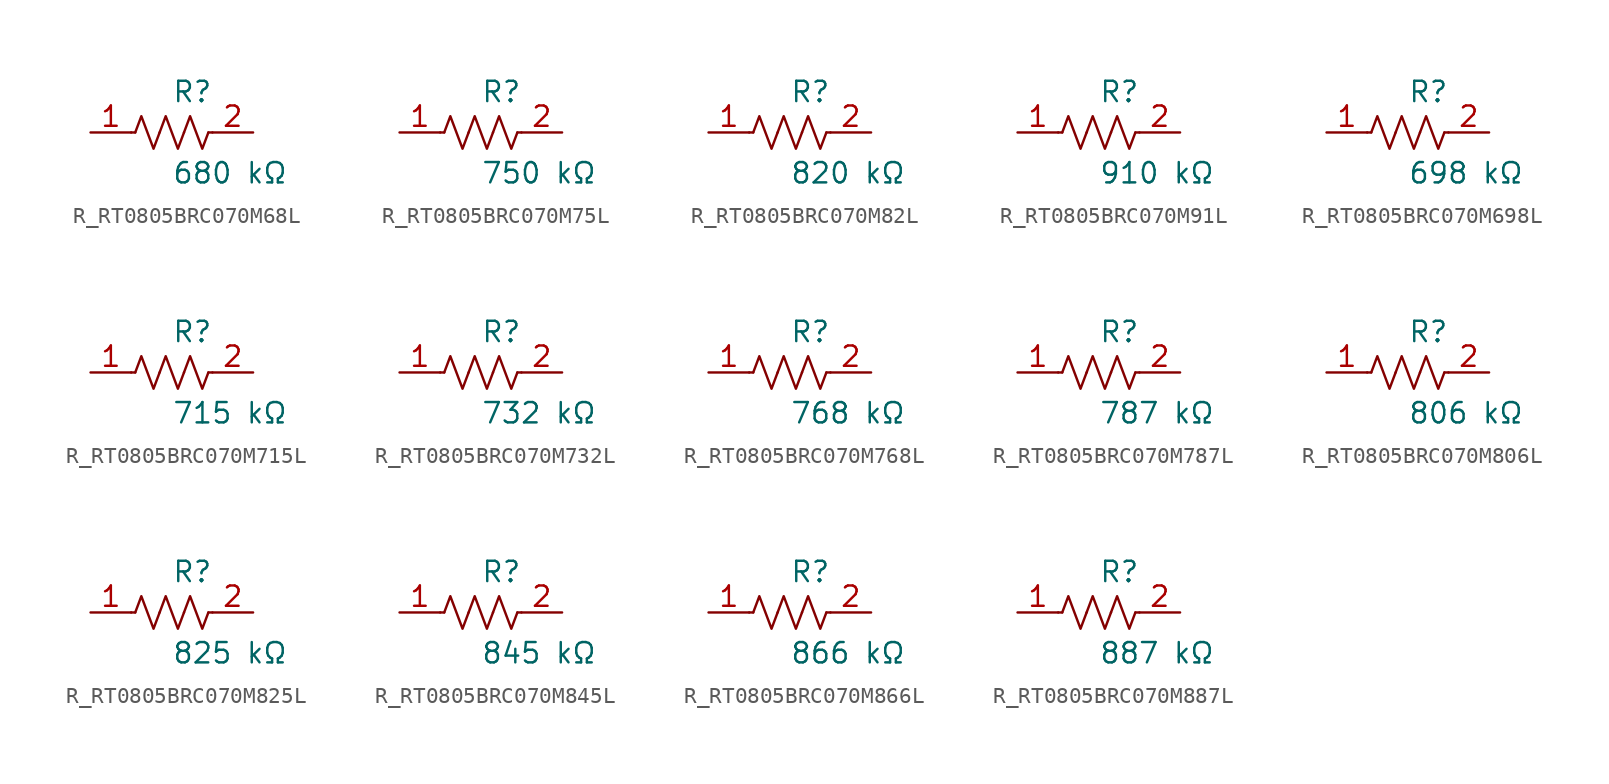
<source format=kicad_sym>
(kicad_symbol_lib
  (version 20231120)
  (generator kicad_symbol_editor)
  (generator_version 8.0)
  (symbol "R_RT0805BRC070M68L"
    (pin_names
      (offset 0.254))
    (property "Reference" "R"
      (at 0.0 2.54 0)
      (effects (font (size 1.27 1.27)) (justify left)))
    (property "Value" "680 kΩ"
      (at 0.0 -2.54 0)
      (effects (font (size 1.27 1.27)) (justify left)))
    (symbol "R_RT0805BRC070M68L_0_1"
      (polyline (pts (xy 2.286 0) (xy 2.54 0)) (stroke (width 0) (type default)) (fill (type none)))
      (polyline (pts (xy -2.286 0) (xy -2.54 0)) (stroke (width 0) (type default)) (fill (type none)))
      (polyline (pts (xy 0.762 0) (xy 1.143 1.016) (xy 1.524 0) (xy 1.905 -1.016) (xy 2.286 0)) (stroke (width 0) (type default)) (fill (type none)))
      (polyline (pts (xy -0.762 0) (xy -0.381 1.016) (xy 0 0) (xy 0.381 -1.016) (xy 0.762 0)) (stroke (width 0) (type default)) (fill (type none)))
      (polyline (pts (xy -2.286 0) (xy -1.905 1.016) (xy -1.524 0) (xy -1.143 -1.016) (xy -0.762 0)) (stroke (width 0) (type default)) (fill (type none))))
    (pin unspecified line
      (at -5.08 0 0)
      (length 2.54)
      (name "" (effects (font (size 1.27 1.27))))
      (number "1" (effects (font (size 1.27 1.27)))))
    (pin unspecified line
      (at 5.08 0 180)
      (length 2.54)
      (name "" (effects (font (size 1.27 1.27))))
      (number "2" (effects (font (size 1.27 1.27))))))
  (symbol "R_RT0805BRC070M75L"
    (pin_names
      (offset 0.254))
    (property "Reference" "R"
      (at 0.0 2.54 0)
      (effects (font (size 1.27 1.27)) (justify left)))
    (property "Value" "750 kΩ"
      (at 0.0 -2.54 0)
      (effects (font (size 1.27 1.27)) (justify left)))
    (symbol "R_RT0805BRC070M75L_0_1"
      (polyline (pts (xy 2.286 0) (xy 2.54 0)) (stroke (width 0) (type default)) (fill (type none)))
      (polyline (pts (xy -2.286 0) (xy -2.54 0)) (stroke (width 0) (type default)) (fill (type none)))
      (polyline (pts (xy 0.762 0) (xy 1.143 1.016) (xy 1.524 0) (xy 1.905 -1.016) (xy 2.286 0)) (stroke (width 0) (type default)) (fill (type none)))
      (polyline (pts (xy -0.762 0) (xy -0.381 1.016) (xy 0 0) (xy 0.381 -1.016) (xy 0.762 0)) (stroke (width 0) (type default)) (fill (type none)))
      (polyline (pts (xy -2.286 0) (xy -1.905 1.016) (xy -1.524 0) (xy -1.143 -1.016) (xy -0.762 0)) (stroke (width 0) (type default)) (fill (type none))))
    (pin unspecified line
      (at -5.08 0 0)
      (length 2.54)
      (name "" (effects (font (size 1.27 1.27))))
      (number "1" (effects (font (size 1.27 1.27)))))
    (pin unspecified line
      (at 5.08 0 180)
      (length 2.54)
      (name "" (effects (font (size 1.27 1.27))))
      (number "2" (effects (font (size 1.27 1.27))))))
  (symbol "R_RT0805BRC070M82L"
    (pin_names
      (offset 0.254))
    (property "Reference" "R"
      (at 0.0 2.54 0)
      (effects (font (size 1.27 1.27)) (justify left)))
    (property "Value" "820 kΩ"
      (at 0.0 -2.54 0)
      (effects (font (size 1.27 1.27)) (justify left)))
    (symbol "R_RT0805BRC070M82L_0_1"
      (polyline (pts (xy 2.286 0) (xy 2.54 0)) (stroke (width 0) (type default)) (fill (type none)))
      (polyline (pts (xy -2.286 0) (xy -2.54 0)) (stroke (width 0) (type default)) (fill (type none)))
      (polyline (pts (xy 0.762 0) (xy 1.143 1.016) (xy 1.524 0) (xy 1.905 -1.016) (xy 2.286 0)) (stroke (width 0) (type default)) (fill (type none)))
      (polyline (pts (xy -0.762 0) (xy -0.381 1.016) (xy 0 0) (xy 0.381 -1.016) (xy 0.762 0)) (stroke (width 0) (type default)) (fill (type none)))
      (polyline (pts (xy -2.286 0) (xy -1.905 1.016) (xy -1.524 0) (xy -1.143 -1.016) (xy -0.762 0)) (stroke (width 0) (type default)) (fill (type none))))
    (pin unspecified line
      (at -5.08 0 0)
      (length 2.54)
      (name "" (effects (font (size 1.27 1.27))))
      (number "1" (effects (font (size 1.27 1.27)))))
    (pin unspecified line
      (at 5.08 0 180)
      (length 2.54)
      (name "" (effects (font (size 1.27 1.27))))
      (number "2" (effects (font (size 1.27 1.27))))))
  (symbol "R_RT0805BRC070M91L"
    (pin_names
      (offset 0.254))
    (property "Reference" "R"
      (at 0.0 2.54 0)
      (effects (font (size 1.27 1.27)) (justify left)))
    (property "Value" "910 kΩ"
      (at 0.0 -2.54 0)
      (effects (font (size 1.27 1.27)) (justify left)))
    (symbol "R_RT0805BRC070M91L_0_1"
      (polyline (pts (xy 2.286 0) (xy 2.54 0)) (stroke (width 0) (type default)) (fill (type none)))
      (polyline (pts (xy -2.286 0) (xy -2.54 0)) (stroke (width 0) (type default)) (fill (type none)))
      (polyline (pts (xy 0.762 0) (xy 1.143 1.016) (xy 1.524 0) (xy 1.905 -1.016) (xy 2.286 0)) (stroke (width 0) (type default)) (fill (type none)))
      (polyline (pts (xy -0.762 0) (xy -0.381 1.016) (xy 0 0) (xy 0.381 -1.016) (xy 0.762 0)) (stroke (width 0) (type default)) (fill (type none)))
      (polyline (pts (xy -2.286 0) (xy -1.905 1.016) (xy -1.524 0) (xy -1.143 -1.016) (xy -0.762 0)) (stroke (width 0) (type default)) (fill (type none))))
    (pin unspecified line
      (at -5.08 0 0)
      (length 2.54)
      (name "" (effects (font (size 1.27 1.27))))
      (number "1" (effects (font (size 1.27 1.27)))))
    (pin unspecified line
      (at 5.08 0 180)
      (length 2.54)
      (name "" (effects (font (size 1.27 1.27))))
      (number "2" (effects (font (size 1.27 1.27))))))
  (symbol "R_RT0805BRC070M698L"
    (pin_names
      (offset 0.254))
    (property "Reference" "R"
      (at 0.0 2.54 0)
      (effects (font (size 1.27 1.27)) (justify left)))
    (property "Value" "698 kΩ"
      (at 0.0 -2.54 0)
      (effects (font (size 1.27 1.27)) (justify left)))
    (symbol "R_RT0805BRC070M698L_0_1"
      (polyline (pts (xy 2.286 0) (xy 2.54 0)) (stroke (width 0) (type default)) (fill (type none)))
      (polyline (pts (xy -2.286 0) (xy -2.54 0)) (stroke (width 0) (type default)) (fill (type none)))
      (polyline (pts (xy 0.762 0) (xy 1.143 1.016) (xy 1.524 0) (xy 1.905 -1.016) (xy 2.286 0)) (stroke (width 0) (type default)) (fill (type none)))
      (polyline (pts (xy -0.762 0) (xy -0.381 1.016) (xy 0 0) (xy 0.381 -1.016) (xy 0.762 0)) (stroke (width 0) (type default)) (fill (type none)))
      (polyline (pts (xy -2.286 0) (xy -1.905 1.016) (xy -1.524 0) (xy -1.143 -1.016) (xy -0.762 0)) (stroke (width 0) (type default)) (fill (type none))))
    (pin unspecified line
      (at -5.08 0 0)
      (length 2.54)
      (name "" (effects (font (size 1.27 1.27))))
      (number "1" (effects (font (size 1.27 1.27)))))
    (pin unspecified line
      (at 5.08 0 180)
      (length 2.54)
      (name "" (effects (font (size 1.27 1.27))))
      (number "2" (effects (font (size 1.27 1.27))))))
  (symbol "R_RT0805BRC070M715L"
    (pin_names
      (offset 0.254))
    (property "Reference" "R"
      (at 0.0 2.54 0)
      (effects (font (size 1.27 1.27)) (justify left)))
    (property "Value" "715 kΩ"
      (at 0.0 -2.54 0)
      (effects (font (size 1.27 1.27)) (justify left)))
    (symbol "R_RT0805BRC070M715L_0_1"
      (polyline (pts (xy 2.286 0) (xy 2.54 0)) (stroke (width 0) (type default)) (fill (type none)))
      (polyline (pts (xy -2.286 0) (xy -2.54 0)) (stroke (width 0) (type default)) (fill (type none)))
      (polyline (pts (xy 0.762 0) (xy 1.143 1.016) (xy 1.524 0) (xy 1.905 -1.016) (xy 2.286 0)) (stroke (width 0) (type default)) (fill (type none)))
      (polyline (pts (xy -0.762 0) (xy -0.381 1.016) (xy 0 0) (xy 0.381 -1.016) (xy 0.762 0)) (stroke (width 0) (type default)) (fill (type none)))
      (polyline (pts (xy -2.286 0) (xy -1.905 1.016) (xy -1.524 0) (xy -1.143 -1.016) (xy -0.762 0)) (stroke (width 0) (type default)) (fill (type none))))
    (pin unspecified line
      (at -5.08 0 0)
      (length 2.54)
      (name "" (effects (font (size 1.27 1.27))))
      (number "1" (effects (font (size 1.27 1.27)))))
    (pin unspecified line
      (at 5.08 0 180)
      (length 2.54)
      (name "" (effects (font (size 1.27 1.27))))
      (number "2" (effects (font (size 1.27 1.27))))))
  (symbol "R_RT0805BRC070M732L"
    (pin_names
      (offset 0.254))
    (property "Reference" "R"
      (at 0.0 2.54 0)
      (effects (font (size 1.27 1.27)) (justify left)))
    (property "Value" "732 kΩ"
      (at 0.0 -2.54 0)
      (effects (font (size 1.27 1.27)) (justify left)))
    (symbol "R_RT0805BRC070M732L_0_1"
      (polyline (pts (xy 2.286 0) (xy 2.54 0)) (stroke (width 0) (type default)) (fill (type none)))
      (polyline (pts (xy -2.286 0) (xy -2.54 0)) (stroke (width 0) (type default)) (fill (type none)))
      (polyline (pts (xy 0.762 0) (xy 1.143 1.016) (xy 1.524 0) (xy 1.905 -1.016) (xy 2.286 0)) (stroke (width 0) (type default)) (fill (type none)))
      (polyline (pts (xy -0.762 0) (xy -0.381 1.016) (xy 0 0) (xy 0.381 -1.016) (xy 0.762 0)) (stroke (width 0) (type default)) (fill (type none)))
      (polyline (pts (xy -2.286 0) (xy -1.905 1.016) (xy -1.524 0) (xy -1.143 -1.016) (xy -0.762 0)) (stroke (width 0) (type default)) (fill (type none))))
    (pin unspecified line
      (at -5.08 0 0)
      (length 2.54)
      (name "" (effects (font (size 1.27 1.27))))
      (number "1" (effects (font (size 1.27 1.27)))))
    (pin unspecified line
      (at 5.08 0 180)
      (length 2.54)
      (name "" (effects (font (size 1.27 1.27))))
      (number "2" (effects (font (size 1.27 1.27))))))
  (symbol "R_RT0805BRC070M768L"
    (pin_names
      (offset 0.254))
    (property "Reference" "R"
      (at 0.0 2.54 0)
      (effects (font (size 1.27 1.27)) (justify left)))
    (property "Value" "768 kΩ"
      (at 0.0 -2.54 0)
      (effects (font (size 1.27 1.27)) (justify left)))
    (symbol "R_RT0805BRC070M768L_0_1"
      (polyline (pts (xy 2.286 0) (xy 2.54 0)) (stroke (width 0) (type default)) (fill (type none)))
      (polyline (pts (xy -2.286 0) (xy -2.54 0)) (stroke (width 0) (type default)) (fill (type none)))
      (polyline (pts (xy 0.762 0) (xy 1.143 1.016) (xy 1.524 0) (xy 1.905 -1.016) (xy 2.286 0)) (stroke (width 0) (type default)) (fill (type none)))
      (polyline (pts (xy -0.762 0) (xy -0.381 1.016) (xy 0 0) (xy 0.381 -1.016) (xy 0.762 0)) (stroke (width 0) (type default)) (fill (type none)))
      (polyline (pts (xy -2.286 0) (xy -1.905 1.016) (xy -1.524 0) (xy -1.143 -1.016) (xy -0.762 0)) (stroke (width 0) (type default)) (fill (type none))))
    (pin unspecified line
      (at -5.08 0 0)
      (length 2.54)
      (name "" (effects (font (size 1.27 1.27))))
      (number "1" (effects (font (size 1.27 1.27)))))
    (pin unspecified line
      (at 5.08 0 180)
      (length 2.54)
      (name "" (effects (font (size 1.27 1.27))))
      (number "2" (effects (font (size 1.27 1.27))))))
  (symbol "R_RT0805BRC070M787L"
    (pin_names
      (offset 0.254))
    (property "Reference" "R"
      (at 0.0 2.54 0)
      (effects (font (size 1.27 1.27)) (justify left)))
    (property "Value" "787 kΩ"
      (at 0.0 -2.54 0)
      (effects (font (size 1.27 1.27)) (justify left)))
    (symbol "R_RT0805BRC070M787L_0_1"
      (polyline (pts (xy 2.286 0) (xy 2.54 0)) (stroke (width 0) (type default)) (fill (type none)))
      (polyline (pts (xy -2.286 0) (xy -2.54 0)) (stroke (width 0) (type default)) (fill (type none)))
      (polyline (pts (xy 0.762 0) (xy 1.143 1.016) (xy 1.524 0) (xy 1.905 -1.016) (xy 2.286 0)) (stroke (width 0) (type default)) (fill (type none)))
      (polyline (pts (xy -0.762 0) (xy -0.381 1.016) (xy 0 0) (xy 0.381 -1.016) (xy 0.762 0)) (stroke (width 0) (type default)) (fill (type none)))
      (polyline (pts (xy -2.286 0) (xy -1.905 1.016) (xy -1.524 0) (xy -1.143 -1.016) (xy -0.762 0)) (stroke (width 0) (type default)) (fill (type none))))
    (pin unspecified line
      (at -5.08 0 0)
      (length 2.54)
      (name "" (effects (font (size 1.27 1.27))))
      (number "1" (effects (font (size 1.27 1.27)))))
    (pin unspecified line
      (at 5.08 0 180)
      (length 2.54)
      (name "" (effects (font (size 1.27 1.27))))
      (number "2" (effects (font (size 1.27 1.27))))))
  (symbol "R_RT0805BRC070M806L"
    (pin_names
      (offset 0.254))
    (property "Reference" "R"
      (at 0.0 2.54 0)
      (effects (font (size 1.27 1.27)) (justify left)))
    (property "Value" "806 kΩ"
      (at 0.0 -2.54 0)
      (effects (font (size 1.27 1.27)) (justify left)))
    (symbol "R_RT0805BRC070M806L_0_1"
      (polyline (pts (xy 2.286 0) (xy 2.54 0)) (stroke (width 0) (type default)) (fill (type none)))
      (polyline (pts (xy -2.286 0) (xy -2.54 0)) (stroke (width 0) (type default)) (fill (type none)))
      (polyline (pts (xy 0.762 0) (xy 1.143 1.016) (xy 1.524 0) (xy 1.905 -1.016) (xy 2.286 0)) (stroke (width 0) (type default)) (fill (type none)))
      (polyline (pts (xy -0.762 0) (xy -0.381 1.016) (xy 0 0) (xy 0.381 -1.016) (xy 0.762 0)) (stroke (width 0) (type default)) (fill (type none)))
      (polyline (pts (xy -2.286 0) (xy -1.905 1.016) (xy -1.524 0) (xy -1.143 -1.016) (xy -0.762 0)) (stroke (width 0) (type default)) (fill (type none))))
    (pin unspecified line
      (at -5.08 0 0)
      (length 2.54)
      (name "" (effects (font (size 1.27 1.27))))
      (number "1" (effects (font (size 1.27 1.27)))))
    (pin unspecified line
      (at 5.08 0 180)
      (length 2.54)
      (name "" (effects (font (size 1.27 1.27))))
      (number "2" (effects (font (size 1.27 1.27))))))
  (symbol "R_RT0805BRC070M825L"
    (pin_names
      (offset 0.254))
    (property "Reference" "R"
      (at 0.0 2.54 0)
      (effects (font (size 1.27 1.27)) (justify left)))
    (property "Value" "825 kΩ"
      (at 0.0 -2.54 0)
      (effects (font (size 1.27 1.27)) (justify left)))
    (symbol "R_RT0805BRC070M825L_0_1"
      (polyline (pts (xy 2.286 0) (xy 2.54 0)) (stroke (width 0) (type default)) (fill (type none)))
      (polyline (pts (xy -2.286 0) (xy -2.54 0)) (stroke (width 0) (type default)) (fill (type none)))
      (polyline (pts (xy 0.762 0) (xy 1.143 1.016) (xy 1.524 0) (xy 1.905 -1.016) (xy 2.286 0)) (stroke (width 0) (type default)) (fill (type none)))
      (polyline (pts (xy -0.762 0) (xy -0.381 1.016) (xy 0 0) (xy 0.381 -1.016) (xy 0.762 0)) (stroke (width 0) (type default)) (fill (type none)))
      (polyline (pts (xy -2.286 0) (xy -1.905 1.016) (xy -1.524 0) (xy -1.143 -1.016) (xy -0.762 0)) (stroke (width 0) (type default)) (fill (type none))))
    (pin unspecified line
      (at -5.08 0 0)
      (length 2.54)
      (name "" (effects (font (size 1.27 1.27))))
      (number "1" (effects (font (size 1.27 1.27)))))
    (pin unspecified line
      (at 5.08 0 180)
      (length 2.54)
      (name "" (effects (font (size 1.27 1.27))))
      (number "2" (effects (font (size 1.27 1.27))))))
  (symbol "R_RT0805BRC070M845L"
    (pin_names
      (offset 0.254))
    (property "Reference" "R"
      (at 0.0 2.54 0)
      (effects (font (size 1.27 1.27)) (justify left)))
    (property "Value" "845 kΩ"
      (at 0.0 -2.54 0)
      (effects (font (size 1.27 1.27)) (justify left)))
    (symbol "R_RT0805BRC070M845L_0_1"
      (polyline (pts (xy 2.286 0) (xy 2.54 0)) (stroke (width 0) (type default)) (fill (type none)))
      (polyline (pts (xy -2.286 0) (xy -2.54 0)) (stroke (width 0) (type default)) (fill (type none)))
      (polyline (pts (xy 0.762 0) (xy 1.143 1.016) (xy 1.524 0) (xy 1.905 -1.016) (xy 2.286 0)) (stroke (width 0) (type default)) (fill (type none)))
      (polyline (pts (xy -0.762 0) (xy -0.381 1.016) (xy 0 0) (xy 0.381 -1.016) (xy 0.762 0)) (stroke (width 0) (type default)) (fill (type none)))
      (polyline (pts (xy -2.286 0) (xy -1.905 1.016) (xy -1.524 0) (xy -1.143 -1.016) (xy -0.762 0)) (stroke (width 0) (type default)) (fill (type none))))
    (pin unspecified line
      (at -5.08 0 0)
      (length 2.54)
      (name "" (effects (font (size 1.27 1.27))))
      (number "1" (effects (font (size 1.27 1.27)))))
    (pin unspecified line
      (at 5.08 0 180)
      (length 2.54)
      (name "" (effects (font (size 1.27 1.27))))
      (number "2" (effects (font (size 1.27 1.27))))))
  (symbol "R_RT0805BRC070M866L"
    (pin_names
      (offset 0.254))
    (property "Reference" "R"
      (at 0.0 2.54 0)
      (effects (font (size 1.27 1.27)) (justify left)))
    (property "Value" "866 kΩ"
      (at 0.0 -2.54 0)
      (effects (font (size 1.27 1.27)) (justify left)))
    (symbol "R_RT0805BRC070M866L_0_1"
      (polyline (pts (xy 2.286 0) (xy 2.54 0)) (stroke (width 0) (type default)) (fill (type none)))
      (polyline (pts (xy -2.286 0) (xy -2.54 0)) (stroke (width 0) (type default)) (fill (type none)))
      (polyline (pts (xy 0.762 0) (xy 1.143 1.016) (xy 1.524 0) (xy 1.905 -1.016) (xy 2.286 0)) (stroke (width 0) (type default)) (fill (type none)))
      (polyline (pts (xy -0.762 0) (xy -0.381 1.016) (xy 0 0) (xy 0.381 -1.016) (xy 0.762 0)) (stroke (width 0) (type default)) (fill (type none)))
      (polyline (pts (xy -2.286 0) (xy -1.905 1.016) (xy -1.524 0) (xy -1.143 -1.016) (xy -0.762 0)) (stroke (width 0) (type default)) (fill (type none))))
    (pin unspecified line
      (at -5.08 0 0)
      (length 2.54)
      (name "" (effects (font (size 1.27 1.27))))
      (number "1" (effects (font (size 1.27 1.27)))))
    (pin unspecified line
      (at 5.08 0 180)
      (length 2.54)
      (name "" (effects (font (size 1.27 1.27))))
      (number "2" (effects (font (size 1.27 1.27))))))
  (symbol "R_RT0805BRC070M887L"
    (pin_names
      (offset 0.254))
    (property "Reference" "R"
      (at 0.0 2.54 0)
      (effects (font (size 1.27 1.27)) (justify left)))
    (property "Value" "887 kΩ"
      (at 0.0 -2.54 0)
      (effects (font (size 1.27 1.27)) (justify left)))
    (symbol "R_RT0805BRC070M887L_0_1"
      (polyline (pts (xy 2.286 0) (xy 2.54 0)) (stroke (width 0) (type default)) (fill (type none)))
      (polyline (pts (xy -2.286 0) (xy -2.54 0)) (stroke (width 0) (type default)) (fill (type none)))
      (polyline (pts (xy 0.762 0) (xy 1.143 1.016) (xy 1.524 0) (xy 1.905 -1.016) (xy 2.286 0)) (stroke (width 0) (type default)) (fill (type none)))
      (polyline (pts (xy -0.762 0) (xy -0.381 1.016) (xy 0 0) (xy 0.381 -1.016) (xy 0.762 0)) (stroke (width 0) (type default)) (fill (type none)))
      (polyline (pts (xy -2.286 0) (xy -1.905 1.016) (xy -1.524 0) (xy -1.143 -1.016) (xy -0.762 0)) (stroke (width 0) (type default)) (fill (type none))))
    (pin unspecified line
      (at -5.08 0 0)
      (length 2.54)
      (name "" (effects (font (size 1.27 1.27))))
      (number "1" (effects (font (size 1.27 1.27)))))
    (pin unspecified line
      (at 5.08 0 180)
      (length 2.54)
      (name "" (effects (font (size 1.27 1.27))))
      (number "2" (effects (font (size 1.27 1.27)))))))
</source>
